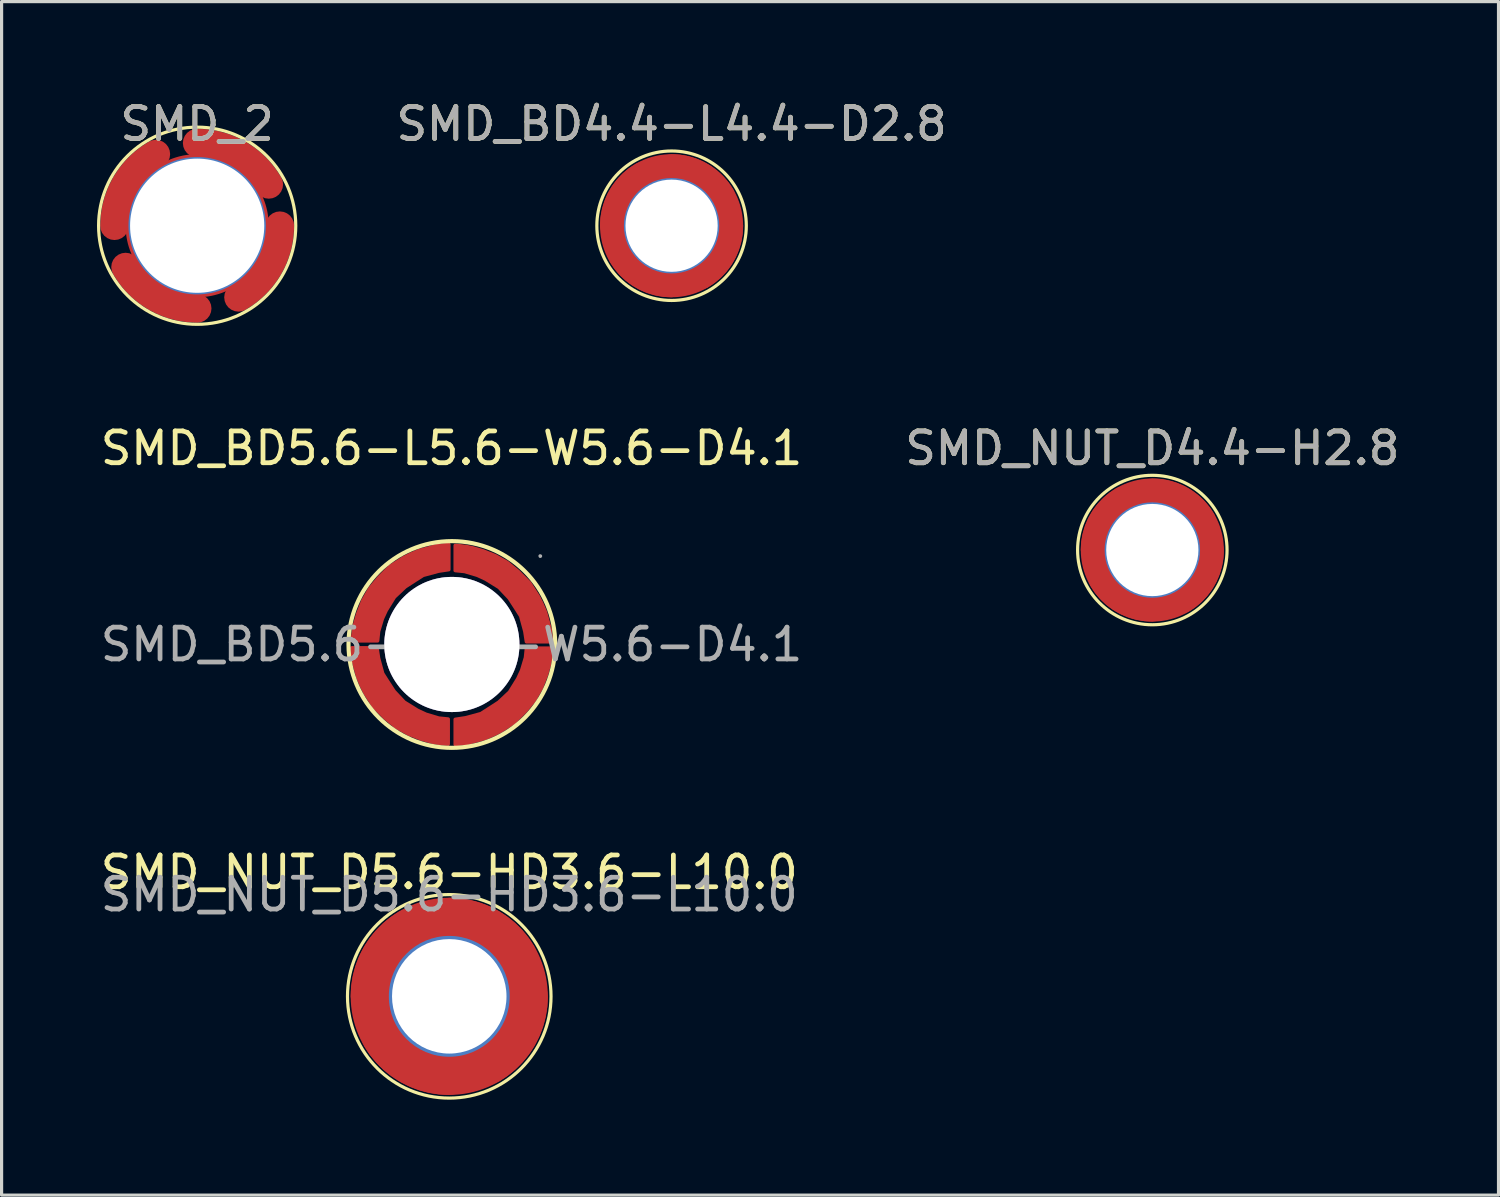
<source format=kicad_pcb>
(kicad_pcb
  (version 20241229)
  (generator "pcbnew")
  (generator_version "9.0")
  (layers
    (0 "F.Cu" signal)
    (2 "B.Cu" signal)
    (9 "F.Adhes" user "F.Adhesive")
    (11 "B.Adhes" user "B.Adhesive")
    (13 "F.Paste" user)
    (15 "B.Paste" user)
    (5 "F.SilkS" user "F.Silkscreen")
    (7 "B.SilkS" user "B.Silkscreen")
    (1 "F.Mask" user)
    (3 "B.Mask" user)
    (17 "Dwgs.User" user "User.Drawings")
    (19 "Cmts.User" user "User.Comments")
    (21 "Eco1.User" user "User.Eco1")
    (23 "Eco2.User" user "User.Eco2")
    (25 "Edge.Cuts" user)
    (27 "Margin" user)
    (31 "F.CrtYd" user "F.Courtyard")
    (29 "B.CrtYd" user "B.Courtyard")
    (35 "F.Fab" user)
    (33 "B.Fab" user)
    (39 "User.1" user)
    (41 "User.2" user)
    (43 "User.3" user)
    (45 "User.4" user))
  (footprint "SMD_BD4.4-L4.4-D2.8"
    (layer "F.Cu")
    (at 18.068 4.048)
    (property "Reference" "SMD_BD4.4-L4.4-D2.8" (at 0 -3.2 0) (layer "F.SilkS") (effects (font (size 1 1) (thickness 0.15))))
    (attr smd)
    (fp_circle (center 0 0) (end 2.35 0) (stroke (width 0.1) (type solid)) (fill no) (layer "F.SilkS"))
    (fp_text user "${REFERENCE}" (at 0 -3.2 0) (layer "F.Fab") (effects (font (size 1 1) (thickness 0.15))))
    (pad "1" smd custom (at -1.9 0) (size 0.1 0.1) (layers "F.Cu" "F.Mask" "F.Paste") (options (anchor circle)) (primitives (gr_arc (start 0 0) (mid 0.253723 -0.948564) (end 0.94713 -1.643788) (width 0.7))))
    (pad "1" smd custom (at 0 -1.9 270) (size 0.1 0.1) (layers "F.Cu" "F.Mask" "F.Paste") (options (anchor circle)) (primitives (gr_arc (start 0 0) (mid 0.253723 -0.948564) (end 0.94713 -1.643788) (width 0.7))))
    (pad "1" thru_hole circle (at 0 0) (size 3 3) (drill 2.9) (layers "*.Cu" "*.Mask"))
    (pad "1" smd circle (at 0 0) (size 4.5 4.5) (layers "F.Cu" "F.Mask"))
    (pad "1" smd custom (at 0 1.9 90) (size 0.1 0.1) (layers "F.Cu" "F.Mask" "F.Paste") (options (anchor circle)) (primitives (gr_arc (start 0 0) (mid 0.253723 -0.948564) (end 0.94713 -1.643788) (width 0.7))))
    (pad "1" smd custom (at 1.9 0 180) (size 0.1 0.1) (layers "F.Cu" "F.Mask" "F.Paste") (options (anchor circle)) (primitives (gr_arc (start 0 0) (mid 0.253723 -0.948564) (end 0.94713 -1.643788) (width 0.7)))))
  (footprint "SMD_2"
    (layer "F.Cu")
    (at 3.15 4.048)
    (property "Reference" "SMD_2" (at 0 -3.2 0) (layer "F.SilkS") (effects (font (size 1 1) (thickness 0.15))))
    (attr through_hole)
    (fp_circle (center 0 0) (end 3.1 0) (stroke (width 0.1) (type solid)) (fill no) (layer "F.SilkS"))
    (fp_text user "${REFERENCE}" (at 0 -3.2 0) (layer "F.Fab") (effects (font (size 1 1) (thickness 0.15))))
    (pad "1" smd custom (at -2.6 0) (size 0.1 0.1) (layers "F.Cu" "F.Mask" "F.Paste") (options (anchor circle)) (primitives (gr_arc (start 0 0) (mid 0.348334 -1.3) (end 1.3 -2.251666) (width 0.9))))
    (pad "1" smd custom (at 0 -2.6 270) (size 0.1 0.1) (layers "F.Cu" "F.Mask" "F.Paste") (options (anchor circle)) (primitives (gr_arc (start 0 0) (mid 0.348334 -1.3) (end 1.3 -2.251666) (width 0.9))))
    (pad "1" thru_hole circle (at 0 0) (size 4.32 4.32) (drill 4.22) (layers "*.Cu" "*.Mask"))
    (pad "1" smd circle (at 0 0) (size 4.5 4.5) (layers "F.Cu" "F.Mask"))
    (pad "1" smd custom (at 0 2.6 90) (size 0.1 0.1) (layers "F.Cu" "F.Mask" "F.Paste") (options (anchor circle)) (primitives (gr_arc (start 0 0) (mid 0.348334 -1.3) (end 1.3 -2.251666) (width 0.9))))
    (pad "1" smd custom (at 2.6 0 180) (size 0.1 0.1) (layers "F.Cu" "F.Mask" "F.Paste") (options (anchor circle)) (primitives (gr_arc (start 0 0) (mid 0.348334 -1.3) (end 1.3 -2.251666) (width 0.9)))))
  (footprint "SMD_NUT_D4.4-H2.8"
    (layer "F.Cu")
    (at 33.185 14.246)
    (property "Reference" "SMD_NUT_D4.4-H2.8" (at 0 -3.2 0) (layer "F.SilkS") (effects (font (size 1 1) (thickness 0.15))))
    (attr through_hole)
    (fp_circle (center 0 0) (end 2.35 0) (stroke (width 0.1) (type solid)) (fill no) (layer "F.SilkS"))
    (fp_text user "${REFERENCE}" (at 0 -3.2 0) (layer "F.Fab") (effects (font (size 1 1) (thickness 0.15))))
    (pad "1" smd custom (at -1.9 0) (size 0.1 0.1) (layers "F.Cu" "F.Mask" "F.Paste") (options (anchor circle)) (primitives (gr_arc (start 0 0) (mid 0.253723 -0.948564) (end 0.94713 -1.643788) (width 0.7))))
    (pad "1" smd custom (at 0 -1.9 270) (size 0.1 0.1) (layers "F.Cu" "F.Mask" "F.Paste") (options (anchor circle)) (primitives (gr_arc (start 0 0) (mid 0.253723 -0.948564) (end 0.94713 -1.643788) (width 0.7))))
    (pad "1" thru_hole circle (at 0 0) (size 3 3) (drill 2.9) (layers "*.Cu" "*.Mask"))
    (pad "1" smd circle (at 0 0) (size 4.5 4.5) (layers "F.Cu" "F.Mask"))
    (pad "1" smd custom (at 0 1.9 90) (size 0.1 0.1) (layers "F.Cu" "F.Mask" "F.Paste") (options (anchor circle)) (primitives (gr_arc (start 0 0) (mid 0.253723 -0.948564) (end 0.94713 -1.643788) (width 0.7))))
    (pad "1" smd custom (at 1.9 0 180) (size 0.1 0.1) (layers "F.Cu" "F.Mask" "F.Paste") (options (anchor circle)) (primitives (gr_arc (start 0 0) (mid 0.253723 -0.948564) (end 0.94713 -1.643788) (width 0.7)))))
  (footprint "SMD_BD5.6-L5.6-W5.6-D4.1"
    (layer "F.Cu")
    (at 11.149 17.216)
    (property "Reference" "SMD_BD5.6-L5.6-W5.6-D4.1" (at 0 -6.17 0) (layer "F.SilkS") (effects (font (size 1 1) (thickness 0.15))))
    (attr smd)
    (fp_circle (center 0.01 0) (end 3.26 0) (stroke (width 0.13) (type solid)) (fill no) (layer "F.SilkS"))
    (fp_circle (center 0.01 0) (end 1.01 0) (stroke (width 2) (type solid)) (fill no) (layer "Cmts.User"))
    (fp_circle (center 2.79 -2.78) (end 2.82 -2.78) (stroke (width 0.06) (type solid)) (fill no) (layer "F.Fab"))
    (fp_text user "${REFERENCE}" (at 0 0 0) (layer "F.Fab") (effects (font (size 1 1) (thickness 0.15))))
    (pad "" thru_hole circle (at 0.01 0) (size 4.25 4.25) (drill 4.25) (layers "*.Cu" "*.Mask"))
    (pad "1" smd custom (at 0.01 0) (size 1 1) (layers "F.Cu" "F.Mask" "F.Paste") (options (anchor circle)) (primitives (gr_poly (pts (xy 0.1 -3.12) (xy 0.25 -3.11) (xy 0.48 -3.08) (xy 0.63 -3.05) (xy 0.95 -2.96) (xy 1.36 -2.8) (xy 1.75 -2.58) (xy 2.09 -2.3) (xy 2.45 -1.94) (xy 2.72 -1.52) (xy 2.83 -1.3) (xy 2.95 -1.02) (xy 3.1 -0.47) (xy 3.14 -0.08) (xy 2.34 -0.08) (xy 2.29 -0.41) (xy 2.16 -0.89) (xy 2.02 -1.11) (xy 1.8 -1.45) (xy 1.48 -1.79) (xy 1.06 -2.05) (xy 0.8 -2.17) (xy 0.4 -2.29) (xy 0.1 -2.32)) (width 0.1) (fill yes))))
    (pad "2" smd custom (at 0.01 0) (size 1 1) (layers "F.Cu" "F.Mask" "F.Paste") (options (anchor circle)) (primitives (gr_poly (pts (xy 3.14 0.11) (xy 3.13 0.26) (xy 3.1 0.49) (xy 3.07 0.64) (xy 2.98 0.96) (xy 2.82 1.37) (xy 2.6 1.76) (xy 2.32 2.1) (xy 1.96 2.46) (xy 1.54 2.73) (xy 1.32 2.84) (xy 1.04 2.96) (xy 0.49 3.11) (xy 0.1 3.15) (xy 0.1 2.35) (xy 0.43 2.3) (xy 0.91 2.17) (xy 1.13 2.03) (xy 1.47 1.81) (xy 1.81 1.49) (xy 2.07 1.07) (xy 2.19 0.81) (xy 2.31 0.41) (xy 2.34 0.11)) (width 0.1) (fill yes))))
    (pad "3" smd custom (at 0 0) (size 1 1) (layers "F.Cu" "F.Mask" "F.Paste") (options (anchor circle)) (primitives (gr_poly (pts (xy -0.1 3.14) (xy -0.25 3.13) (xy -0.48 3.1) (xy -0.63 3.07) (xy -0.95 2.98) (xy -1.36 2.82) (xy -1.75 2.6) (xy -2.09 2.32) (xy -2.45 1.96) (xy -2.72 1.54) (xy -2.83 1.32) (xy -2.95 1.04) (xy -3.1 0.49) (xy -3.14 0.1) (xy -2.34 0.1) (xy -2.29 0.43) (xy -2.16 0.91) (xy -2.02 1.13) (xy -1.8 1.47) (xy -1.48 1.81) (xy -1.06 2.07) (xy -0.8 2.19) (xy -0.4 2.31) (xy -0.1 2.34)) (width 0.1) (fill yes))))
    (pad "4" smd custom (at 0.01 0) (size 1 1) (layers "F.Cu" "F.Mask" "F.Paste") (options (anchor circle)) (primitives (gr_poly (pts (xy -3.13 -0.11) (xy -3.12 -0.26) (xy -3.09 -0.49) (xy -3.06 -0.64) (xy -2.97 -0.96) (xy -2.81 -1.37) (xy -2.59 -1.76) (xy -2.31 -2.1) (xy -1.95 -2.46) (xy -1.53 -2.73) (xy -1.31 -2.84) (xy -1.03 -2.96) (xy -0.48 -3.11) (xy -0.09 -3.15) (xy -0.09 -2.35) (xy -0.42 -2.3) (xy -0.9 -2.17) (xy -1.12 -2.03) (xy -1.46 -1.81) (xy -1.8 -1.49) (xy -2.06 -1.07) (xy -2.18 -0.81) (xy -2.3 -0.41) (xy -2.33 -0.11)) (width 0.1) (fill yes)))))
  (footprint "SMD_NUT_D5.6-HD3.6-L10.0"
    (layer "F.Cu")
    (at 11.077 28.28)
    (property "Reference" "SMD_NUT_D5.6-HD3.6-L10.0" (at 0 -3.9 0) (layer "F.SilkS") (effects (font (size 1 1) (thickness 0.15))))
    (attr through_hole)
    (fp_circle (center 0 0) (end 3.2 0) (stroke (width 0.1) (type solid)) (fill no) (layer "F.SilkS"))
    (fp_text user "${REFERENCE}" (at 0 -3.2 0) (layer "F.Fab") (effects (font (size 1 1) (thickness 0.15))))
    (pad "1" smd custom (at -2.5 0) (size 0.1 0.1) (layers "F.Cu" "F.Mask" "F.Paste") (options (anchor circle)) (primitives (gr_arc (start 0 0) (mid 0.331674 -1.244331) (end 1.238688 -2.158494) (width 1.2))))
    (pad "1" smd custom (at 0 -2.5 270) (size 0.1 0.1) (layers "F.Cu" "F.Mask" "F.Paste") (options (anchor circle)) (primitives (gr_arc (start 0 0) (mid 0.331674 -1.244331) (end 1.238687 -2.158493) (width 1.2))))
    (pad "1" thru_hole circle (at 0 0) (size 3.8 3.8) (drill 3.6) (layers "*.Cu" "*.Mask"))
    (pad "1" smd circle (at 0 0) (size 6.2 6.2) (layers "F.Cu" "F.Mask"))
    (pad "1" smd custom (at 0 2.5 90) (size 0.1 0.1) (layers "F.Cu" "F.Mask" "F.Paste") (options (anchor circle)) (primitives (gr_arc (start 0 0) (mid 0.330589 -1.242438) (end 1.234922 -2.156288) (width 1.2))))
    (pad "1" smd custom (at 2.5 0 180) (size 0.1 0.1) (layers "F.Cu" "F.Mask" "F.Paste") (options (anchor circle)) (primitives (gr_arc (start 0 0) (mid 0.331674 -1.24433) (end 1.238686 -2.158492) (width 1.2)))))
  (gr_rect
    (start -3 -3)
    (end 44.071 34.53)
    (stroke (width 0.1) (type default))
    (fill no)
    (layer "Edge.Cuts")))
</source>
